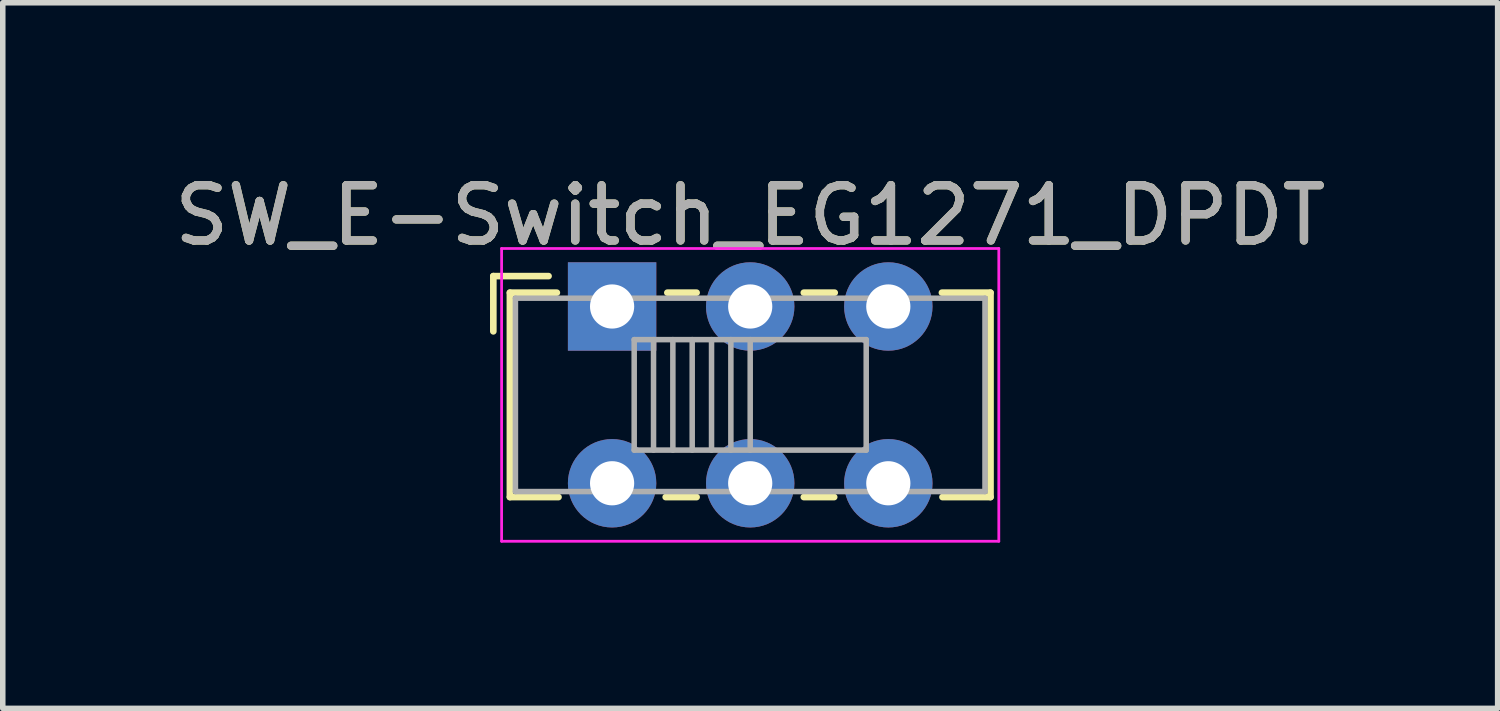
<source format=kicad_pcb>
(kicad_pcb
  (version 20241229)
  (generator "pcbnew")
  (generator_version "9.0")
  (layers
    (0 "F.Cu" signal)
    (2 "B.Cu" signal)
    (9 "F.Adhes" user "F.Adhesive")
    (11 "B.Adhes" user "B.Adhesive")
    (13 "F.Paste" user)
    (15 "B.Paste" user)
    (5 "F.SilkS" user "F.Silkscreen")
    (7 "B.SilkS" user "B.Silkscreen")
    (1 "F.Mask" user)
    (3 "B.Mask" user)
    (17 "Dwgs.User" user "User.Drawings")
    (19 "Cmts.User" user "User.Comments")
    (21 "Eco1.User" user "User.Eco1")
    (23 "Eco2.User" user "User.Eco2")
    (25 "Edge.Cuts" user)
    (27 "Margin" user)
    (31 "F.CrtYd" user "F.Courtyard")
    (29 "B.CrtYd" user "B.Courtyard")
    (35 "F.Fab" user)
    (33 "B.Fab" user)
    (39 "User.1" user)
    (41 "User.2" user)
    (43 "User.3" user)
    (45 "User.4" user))
  (footprint "SW_E-Switch_EG1271_DPDT"
    (layer "F.Cu")
    (at 8.03 2.498)
    (property "Reference" "SW_E-Switch_EG1271_DPDT" (at 2.5 -1.65 0) (layer "F.SilkS") (effects (font (size 1 1) (thickness 0.15))))
    (attr through_hole)
    (fp_line (start -2.15 -0.55) (end -1.15 -0.55) (stroke (width 0.12) (type solid)) (layer "F.SilkS"))
    (fp_line (start -2.15 0.45) (end -2.15 -0.55) (stroke (width 0.12) (type solid)) (layer "F.SilkS"))
    (fp_line (start -1.85 -0.25) (end -1 -0.25) (stroke (width 0.12) (type solid)) (layer "F.SilkS"))
    (fp_line (start -1.85 3.45) (end -1.85 -0.25) (stroke (width 0.12) (type solid)) (layer "F.SilkS"))
    (fp_line (start -0.97 3.45) (end -1.85 3.45) (stroke (width 0.12) (type solid)) (layer "F.SilkS"))
    (fp_line (start 1 -0.25) (end 1.53 -0.25) (stroke (width 0.12) (type solid)) (layer "F.SilkS"))
    (fp_line (start 1.53 3.45) (end 0.97 3.45) (stroke (width 0.12) (type solid)) (layer "F.SilkS"))
    (fp_line (start 3.47 -0.25) (end 4.03 -0.25) (stroke (width 0.12) (type solid)) (layer "F.SilkS"))
    (fp_line (start 4.02 3.45) (end 3.47 3.45) (stroke (width 0.12) (type solid)) (layer "F.SilkS"))
    (fp_line (start 5.97 -0.25) (end 6.85 -0.25) (stroke (width 0.12) (type solid)) (layer "F.SilkS"))
    (fp_line (start 6.85 -0.25) (end 6.85 3.45) (stroke (width 0.12) (type solid)) (layer "F.SilkS"))
    (fp_line (start 6.85 3.45) (end 5.98 3.45) (stroke (width 0.12) (type solid)) (layer "F.SilkS"))
    (fp_line (start -2 -1.05) (end 7 -1.05) (stroke (width 0.05) (type solid)) (layer "F.CrtYd"))
    (fp_line (start -2 4.25) (end -2 -1.05) (stroke (width 0.05) (type solid)) (layer "F.CrtYd"))
    (fp_line (start 7 -1.05) (end 7 4.25) (stroke (width 0.05) (type solid)) (layer "F.CrtYd"))
    (fp_line (start 7 4.25) (end -2 4.25) (stroke (width 0.05) (type solid)) (layer "F.CrtYd"))
    (fp_line (start -1.75 -0.15) (end -1.75 3.35) (stroke (width 0.1) (type solid)) (layer "F.Fab"))
    (fp_line (start -1.75 -0.15) (end 6.75 -0.15) (stroke (width 0.1) (type solid)) (layer "F.Fab"))
    (fp_line (start 0.4 0.6) (end 0.4 2.6) (stroke (width 0.1) (type solid)) (layer "F.Fab"))
    (fp_line (start 0.4 0.6) (end 4.6 0.6) (stroke (width 0.1) (type solid)) (layer "F.Fab"))
    (fp_line (start 0.75 0.6) (end 0.75 2.6) (stroke (width 0.1) (type solid)) (layer "F.Fab"))
    (fp_line (start 1.1 0.6) (end 1.1 2.6) (stroke (width 0.1) (type solid)) (layer "F.Fab"))
    (fp_line (start 1.45 0.6) (end 1.45 2.6) (stroke (width 0.1) (type solid)) (layer "F.Fab"))
    (fp_line (start 1.8 0.6) (end 1.8 2.6) (stroke (width 0.1) (type solid)) (layer "F.Fab"))
    (fp_line (start 2.15 0.6) (end 2.15 2.6) (stroke (width 0.1) (type solid)) (layer "F.Fab"))
    (fp_line (start 2.5 0.6) (end 2.5 2.6) (stroke (width 0.1) (type solid)) (layer "F.Fab"))
    (fp_line (start 4.6 0.6) (end 4.6 2.6) (stroke (width 0.1) (type solid)) (layer "F.Fab"))
    (fp_line (start 4.6 2.6) (end 0.4 2.6) (stroke (width 0.1) (type solid)) (layer "F.Fab"))
    (fp_line (start 6.75 -0.15) (end 6.75 3.35) (stroke (width 0.1) (type solid)) (layer "F.Fab"))
    (fp_line (start 6.75 3.35) (end -1.75 3.35) (stroke (width 0.1) (type solid)) (layer "F.Fab"))
    (fp_text user "${REFERENCE}" (at 2.5 -1.65 0) (layer "F.Fab") (effects (font (size 1 1) (thickness 0.15))))
    (pad "1" thru_hole rect (at 0 0) (size 1.6 1.6) (drill 0.8) (layers "*.Cu" "*.Mask"))
    (pad "2" thru_hole circle (at 2.5 0) (size 1.6 1.6) (drill 0.8) (layers "*.Cu" "*.Mask"))
    (pad "3" thru_hole circle (at 5 0) (size 1.6 1.6) (drill 0.8) (layers "*.Cu" "*.Mask"))
    (pad "4" thru_hole circle (at 0 3.2) (size 1.6 1.6) (drill 0.8) (layers "*.Cu" "*.Mask"))
    (pad "5" thru_hole circle (at 2.5 3.2) (size 1.6 1.6) (drill 0.8) (layers "*.Cu" "*.Mask"))
    (pad "6" thru_hole circle (at 5 3.2) (size 1.6 1.6) (drill 0.8) (layers "*.Cu" "*.Mask")))
  (gr_rect
    (start -3 -3)
    (end 24.06 9.773)
    (stroke (width 0.1) (type default))
    (fill no)
    (layer "Edge.Cuts")))
</source>
